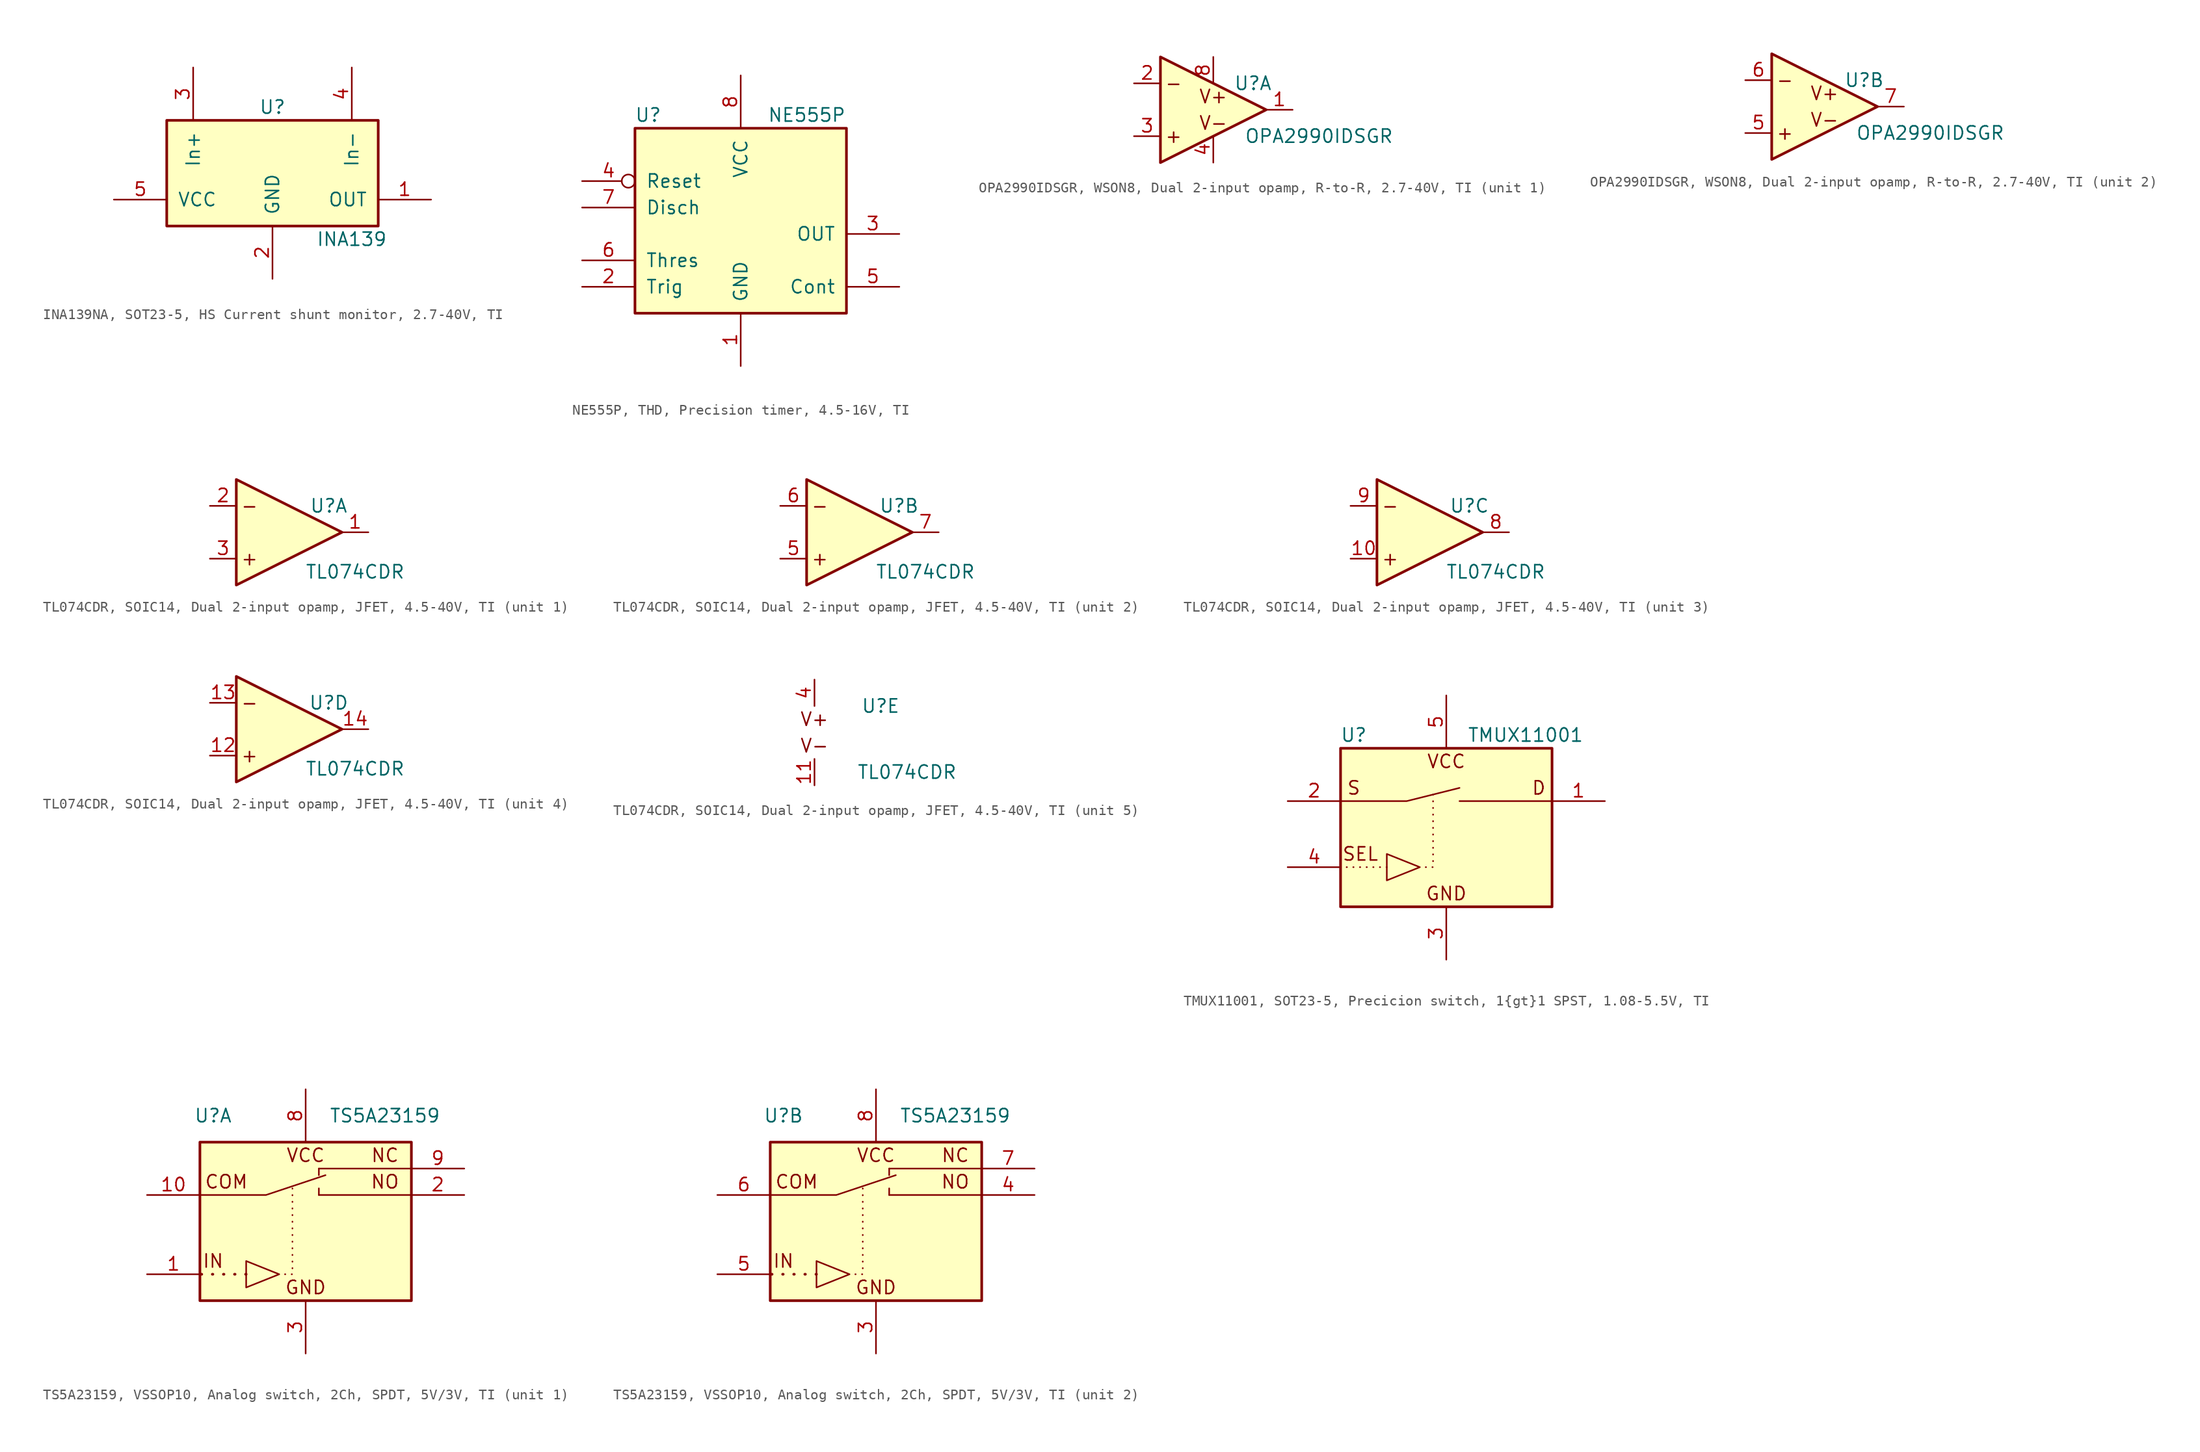
<source format=kicad_sym>
(kicad_symbol_lib
  (version 20241209)
  (generator "kicad_symbol_editor")
  (generator_version "9.0")
  (symbol "INA139NA, SOT23-5, HS Current shunt monitor, 2.7-40V, TI"
    (pin_names
      (offset 1.016))
    (property "Reference" "U"
      (at 0 6.35 0)
      (effects (font (size 1.27 1.27))))
    (property "Value" "INA139"
      (at 7.62 -6.35 0)
      (effects (font (size 1.27 1.27))))
    (symbol "INA139NA, SOT23-5, HS Current shunt monitor, 2.7-40V, TI_0_1"
      (rectangle (start -10.16 5.08) (end 10.16 -5.08) (stroke (width 0.254) (type default)) (fill (type background))))
    (symbol "INA139NA, SOT23-5, HS Current shunt monitor, 2.7-40V, TI_1_1"
      (pin power_in line (at -15.24 -2.54 0) (length 5.08) (name "VCC" (effects (font (size 1.27 1.27)))) (number "5" (effects (font (size 1.27 1.27)))))
      (pin passive line (at -7.62 10.16 270) (length 5.08) (name "In+" (effects (font (size 1.27 1.27)))) (number "3" (effects (font (size 1.27 1.27)))))
      (pin passive line (at 0 -10.16 90) (length 5.08) (name "GND" (effects (font (size 1.27 1.27)))) (number "2" (effects (font (size 1.27 1.27)))))
      (pin passive line (at 7.62 10.16 270) (length 5.08) (name "In-" (effects (font (size 1.27 1.27)))) (number "4" (effects (font (size 1.27 1.27)))))
      (pin power_out line (at 15.24 -2.54 180) (length 5.08) (name "OUT" (effects (font (size 1.27 1.27)))) (number "1" (effects (font (size 1.27 1.27)))))))
  (symbol "NE555P, THD, Precision timer, 4.5-16V, TI"
    (pin_names
      (offset 1.016))
    (property "Reference" "U"
      (at -8.89 11.43 0)
      (effects (font (size 1.27 1.27))))
    (property "Value" "NE555P"
      (at 6.35 11.43 0)
      (effects (font (size 1.27 1.27))))
    (symbol "NE555P, THD, Precision timer, 4.5-16V, TI_0_1"
      (rectangle (start -10.16 10.16) (end 10.16 -7.62) (stroke (width 0.254) (type default)) (fill (type background))))
    (symbol "NE555P, THD, Precision timer, 4.5-16V, TI_1_1"
      (pin input inverted (at -15.24 5.08 0) (length 5.08) (name "Reset" (effects (font (size 1.27 1.27)))) (number "4" (effects (font (size 1.27 1.27)))))
      (pin output line (at -15.24 2.54 0) (length 5.08) (name "Disch" (effects (font (size 1.27 1.27)))) (number "7" (effects (font (size 1.27 1.27)))))
      (pin input line (at -15.24 -2.54 0) (length 5.08) (name "Thres" (effects (font (size 1.27 1.27)))) (number "6" (effects (font (size 1.27 1.27)))))
      (pin input line (at -15.24 -5.08 0) (length 5.08) (name "Trig" (effects (font (size 1.27 1.27)))) (number "2" (effects (font (size 1.27 1.27)))))
      (pin power_in line (at 0 15.24 270) (length 5.08) (name "VCC" (effects (font (size 1.27 1.27)))) (number "8" (effects (font (size 1.27 1.27)))))
      (pin power_in line (at 0 -12.7 90) (length 5.08) (name "GND" (effects (font (size 1.27 1.27)))) (number "1" (effects (font (size 1.27 1.27)))))
      (pin output line (at 15.24 0 180) (length 5.08) (name "OUT" (effects (font (size 1.27 1.27)))) (number "3" (effects (font (size 1.27 1.27)))))
      (pin bidirectional line (at 15.24 -5.08 180) (length 5.08) (name "Cont" (effects (font (size 1.27 1.27)))) (number "5" (effects (font (size 1.27 1.27)))))))
  (symbol "OPA2990IDSGR, WSON8, Dual 2-input opamp, R-to-R, 2.7-40V, TI"
    (pin_names
      (offset 1.016)
      (hide yes))
    (property "Reference" "U"
      (at 6.35 2.54 0)
      (effects (font (size 1.27 1.27))))
    (property "Value" "OPA2990IDSGR"
      (at 12.7 -2.54 0)
      (effects (font (size 1.27 1.27))))
    (symbol "OPA2990IDSGR, WSON8, Dual 2-input opamp, R-to-R, 2.7-40V, TI_1_1"
      (polyline (pts (xy -2.54 5.08) (xy -2.54 -5.08) (xy 7.62 0) (xy -2.54 5.08)) (stroke (width 0.254) (type default)) (fill (type background)))
      (text "-" (at -1.27 2.54 0) (effects (font (size 1.27 1.27))))
      (text "+" (at -1.27 -2.54 0) (effects (font (size 1.27 1.27))))
      (text "V+" (at 2.54 1.27 0) (effects (font (size 1.27 1.27))))
      (text "V-" (at 2.54 -1.27 0) (effects (font (size 1.27 1.27))))
      (pin input line (at -5.08 2.54 0) (length 2.54) (name "IN-" (effects (font (size 1.27 1.27)))) (number "2" (effects (font (size 1.27 1.27)))))
      (pin input line (at -5.08 -2.54 0) (length 2.54) (name "IN+" (effects (font (size 1.27 1.27)))) (number "3" (effects (font (size 1.27 1.27)))))
      (pin power_in line (at 2.54 5.08 270) (length 2.54) (name "V+" (effects (font (size 1.27 1.27)))) (number "8" (effects (font (size 1.27 1.27)))))
      (pin power_in line (at 2.54 -5.08 90) (length 2.54) (name "V-" (effects (font (size 1.27 1.27)))) (number "4" (effects (font (size 1.27 1.27)))))
      (pin output line (at 10.16 0 180) (length 2.54) (name "OUT" (effects (font (size 1.27 1.27)))) (number "1" (effects (font (size 1.27 1.27))))))
    (symbol "OPA2990IDSGR, WSON8, Dual 2-input opamp, R-to-R, 2.7-40V, TI_2_1"
      (polyline (pts (xy -2.54 5.08) (xy -2.54 -5.08) (xy 7.62 0) (xy -2.54 5.08)) (stroke (width 0.254) (type default)) (fill (type background)))
      (text "-" (at -1.27 2.54 0) (effects (font (size 1.27 1.27))))
      (text "+" (at -1.27 -2.54 0) (effects (font (size 1.27 1.27))))
      (text "V+" (at 2.54 1.27 0) (effects (font (size 1.27 1.27))))
      (text "V-" (at 2.54 -1.27 0) (effects (font (size 1.27 1.27))))
      (pin input line (at -5.08 2.54 0) (length 2.54) (name "IN-" (effects (font (size 1.27 1.27)))) (number "6" (effects (font (size 1.27 1.27)))))
      (pin input line (at -5.08 -2.54 0) (length 2.54) (name "IN+" (effects (font (size 1.27 1.27)))) (number "5" (effects (font (size 1.27 1.27)))))
      (pin output line (at 10.16 0 180) (length 2.54) (name "OUT" (effects (font (size 1.27 1.27)))) (number "7" (effects (font (size 1.27 1.27)))))))
  (symbol "TL074CDR, SOIC14, Dual 2-input opamp, JFET, 4.5-40V, TI"
    (pin_names
      (offset 1.016)
      (hide yes))
    (property "Reference" "U"
      (at 6.35 2.54 0)
      (effects (font (size 1.27 1.27))))
    (property "Value" "TL074CDR"
      (at 8.89 -3.81 0)
      (effects (font (size 1.27 1.27))))
    (symbol "TL074CDR, SOIC14, Dual 2-input opamp, JFET, 4.5-40V, TI_1_1"
      (polyline (pts (xy -2.54 5.08) (xy -2.54 -5.08) (xy 7.62 0) (xy -2.54 5.08)) (stroke (width 0.254) (type default)) (fill (type background)))
      (text "-" (at -1.27 2.54 0) (effects (font (size 1.27 1.27))))
      (text "+" (at -1.27 -2.54 0) (effects (font (size 1.27 1.27))))
      (pin input line (at -5.08 2.54 0) (length 2.54) (name "IN-" (effects (font (size 1.27 1.27)))) (number "2" (effects (font (size 1.27 1.27)))))
      (pin input line (at -5.08 -2.54 0) (length 2.54) (name "IN+" (effects (font (size 1.27 1.27)))) (number "3" (effects (font (size 1.27 1.27)))))
      (pin output line (at 10.16 0 180) (length 2.54) (name "OUT" (effects (font (size 1.27 1.27)))) (number "1" (effects (font (size 1.27 1.27))))))
    (symbol "TL074CDR, SOIC14, Dual 2-input opamp, JFET, 4.5-40V, TI_2_1"
      (polyline (pts (xy -2.54 5.08) (xy -2.54 -5.08) (xy 7.62 0) (xy -2.54 5.08)) (stroke (width 0.254) (type default)) (fill (type background)))
      (text "-" (at -1.27 2.54 0) (effects (font (size 1.27 1.27))))
      (text "+" (at -1.27 -2.54 0) (effects (font (size 1.27 1.27))))
      (pin input line (at -5.08 2.54 0) (length 2.54) (name "IN-" (effects (font (size 1.27 1.27)))) (number "6" (effects (font (size 1.27 1.27)))))
      (pin input line (at -5.08 -2.54 0) (length 2.54) (name "IN+" (effects (font (size 1.27 1.27)))) (number "5" (effects (font (size 1.27 1.27)))))
      (pin output line (at 10.16 0 180) (length 2.54) (name "OUT" (effects (font (size 1.27 1.27)))) (number "7" (effects (font (size 1.27 1.27))))))
    (symbol "TL074CDR, SOIC14, Dual 2-input opamp, JFET, 4.5-40V, TI_3_1"
      (polyline (pts (xy -2.54 5.08) (xy -2.54 -5.08) (xy 7.62 0) (xy -2.54 5.08)) (stroke (width 0.254) (type default)) (fill (type background)))
      (text "-" (at -1.27 2.54 0) (effects (font (size 1.27 1.27))))
      (text "+" (at -1.27 -2.54 0) (effects (font (size 1.27 1.27))))
      (pin input line (at -5.08 2.54 0) (length 2.54) (name "IN-" (effects (font (size 1.27 1.27)))) (number "9" (effects (font (size 1.27 1.27)))))
      (pin input line (at -5.08 -2.54 0) (length 2.54) (name "IN+" (effects (font (size 1.27 1.27)))) (number "10" (effects (font (size 1.27 1.27)))))
      (pin output line (at 10.16 0 180) (length 2.54) (name "OUT" (effects (font (size 1.27 1.27)))) (number "8" (effects (font (size 1.27 1.27))))))
    (symbol "TL074CDR, SOIC14, Dual 2-input opamp, JFET, 4.5-40V, TI_4_1"
      (polyline (pts (xy -2.54 5.08) (xy -2.54 -5.08) (xy 7.62 0) (xy -2.54 5.08)) (stroke (width 0.254) (type default)) (fill (type background)))
      (text "-" (at -1.27 2.54 0) (effects (font (size 1.27 1.27))))
      (text "+" (at -1.27 -2.54 0) (effects (font (size 1.27 1.27))))
      (pin input line (at -5.08 2.54 0) (length 2.54) (name "IN-" (effects (font (size 1.27 1.27)))) (number "13" (effects (font (size 1.27 1.27)))))
      (pin input line (at -5.08 -2.54 0) (length 2.54) (name "IN+" (effects (font (size 1.27 1.27)))) (number "12" (effects (font (size 1.27 1.27)))))
      (pin output line (at 10.16 0 180) (length 2.54) (name "OUT" (effects (font (size 1.27 1.27)))) (number "14" (effects (font (size 1.27 1.27))))))
    (symbol "TL074CDR, SOIC14, Dual 2-input opamp, JFET, 4.5-40V, TI_5_1"
      (text "V+" (at 0 1.27 0) (effects (font (size 1.27 1.27))))
      (text "V-" (at 0 -1.27 0) (effects (font (size 1.27 1.27))))
      (pin power_in line (at 0 5.08 270) (length 2.54) (name "V+" (effects (font (size 1.27 1.27)))) (number "4" (effects (font (size 1.27 1.27)))))
      (pin power_in line (at 0 -5.08 90) (length 2.54) (name "V-" (effects (font (size 1.27 1.27)))) (number "11" (effects (font (size 1.27 1.27)))))))
  (symbol "TMUX11001, SOT23-5, Precicion switch, 1{gt}1 SPST, 1.08-5.5V, TI"
    (pin_names
      (offset 1.016)
      (hide yes))
    (property "Reference" "U"
      (at -8.89 8.89 0)
      (effects (font (size 1.27 1.27))))
    (property "Value" "TMUX11001"
      (at 7.62 8.89 0)
      (effects (font (size 1.27 1.27))))
    (symbol "TMUX11001, SOT23-5, Precicion switch, 1{gt}1 SPST, 1.08-5.5V, TI_0_1"
      (rectangle (start -10.16 7.62) (end 10.16 -7.62) (stroke (width 0.254) (type default)) (fill (type background)))
      (polyline (pts (xy -10.16 2.54) (xy -3.81 2.54) (xy 1.27 3.81)) (stroke (width 0.152) (type default)) (fill (type none)))
      (polyline (pts (xy 1.27 2.54) (xy 10.16 2.54)) (stroke (width 0.152) (type default)) (fill (type none))))
    (symbol "TMUX11001, SOT23-5, Precicion switch, 1{gt}1 SPST, 1.08-5.5V, TI_1_1"
      (polyline (pts (xy -5.715 -3.81) (xy -10.16 -3.81)) (stroke (width 0.152) (type dot)) (fill (type none)))
      (polyline (pts (xy -2.54 -3.81) (xy -5.715 -2.54) (xy -5.715 -5.08) (xy -2.54 -3.81)) (stroke (width 0.152) (type default)) (fill (type none)))
      (polyline (pts (xy -1.27 3.175) (xy -1.27 -3.81) (xy -2.54 -3.81)) (stroke (width 0.152) (type dot)) (fill (type none)))
      (text "S" (at -8.89 3.81 0) (effects (font (size 1.27 1.27))))
      (text "SEL" (at -8.255 -2.54 0) (effects (font (size 1.27 1.27))))
      (text "VCC" (at 0 6.35 0) (effects (font (size 1.27 1.27))))
      (text "GND" (at 0 -6.35 0) (effects (font (size 1.27 1.27))))
      (text "D" (at 8.89 3.81 0) (effects (font (size 1.27 1.27))))
      (pin passive line (at -15.24 2.54 0) (length 5.08) (name "S" (effects (font (size 1.27 1.27)))) (number "2" (effects (font (size 1.27 1.27)))))
      (pin passive line (at -15.24 -3.81 0) (length 5.08) (name "SEL" (effects (font (size 1.27 1.27)))) (number "4" (effects (font (size 1.27 1.27)))))
      (pin power_in line (at 0 12.7 270) (length 5.08) (name "VCC" (effects (font (size 1.27 1.27)))) (number "5" (effects (font (size 1.27 1.27)))))
      (pin passive line (at 0 -12.7 90) (length 5.08) (name "GND" (effects (font (size 1.27 1.27)))) (number "3" (effects (font (size 1.27 1.27)))))
      (pin passive line (at 15.24 2.54 180) (length 5.08) (name "D" (effects (font (size 1.27 1.27)))) (number "1" (effects (font (size 1.27 1.27)))))))
  (symbol "TS5A23159, VSSOP10, Analog switch, 2Ch, SPDT, 5V/3V, TI"
    (pin_names
      (offset 1.016)
      (hide yes))
    (property "Reference" "U"
      (at -8.89 10.16 0)
      (effects (font (size 1.27 1.27))))
    (property "Value" "TS5A23159"
      (at 7.62 10.16 0)
      (effects (font (size 1.27 1.27))))
    (symbol "TS5A23159, VSSOP10, Analog switch, 2Ch, SPDT, 5V/3V, TI_0_1"
      (rectangle (start -10.16 7.62) (end 10.16 -7.62) (stroke (width 0.254) (type default)) (fill (type background)))
      (polyline (pts (xy -10.16 2.54) (xy -3.81 2.54) (xy 1.905 4.445)) (stroke (width 0.152) (type default)) (fill (type none)))
      (polyline (pts (xy 1.27 5.08) (xy 1.27 4.445)) (stroke (width 0.152) (type default)) (fill (type none)))
      (polyline (pts (xy 1.27 5.08) (xy 10.16 5.08)) (stroke (width 0.152) (type default)) (fill (type none)))
      (polyline (pts (xy 1.27 3.175) (xy 1.27 2.54)) (stroke (width 0.152) (type default)) (fill (type none)))
      (polyline (pts (xy 1.27 2.54) (xy 10.16 2.54)) (stroke (width 0.152) (type default)) (fill (type none))))
    (symbol "TS5A23159, VSSOP10, Analog switch, 2Ch, SPDT, 5V/3V, TI_1_1"
      (polyline (pts (xy -5.715 -5.08) (xy -10.16 -5.08)) (stroke (width 0.254) (type dot)) (fill (type none)))
      (polyline (pts (xy -2.54 -5.08) (xy -5.715 -3.81) (xy -5.715 -6.35) (xy -2.54 -5.08)) (stroke (width 0.152) (type default)) (fill (type none)))
      (polyline (pts (xy -1.27 3.175) (xy -1.27 -5.08) (xy -2.54 -5.08)) (stroke (width 0.152) (type dot)) (fill (type none)))
      (text "IN" (at -8.89 -3.81 0) (effects (font (size 1.27 1.27))))
      (text "COM" (at -7.62 3.81 0) (effects (font (size 1.27 1.27))))
      (text "VCC" (at 0 6.35 0) (effects (font (size 1.27 1.27))))
      (text "GND" (at 0 -6.35 0) (effects (font (size 1.27 1.27))))
      (text "NC" (at 7.62 6.35 0) (effects (font (size 1.27 1.27))))
      (text "NO" (at 7.62 3.81 0) (effects (font (size 1.27 1.27))))
      (pin passive line (at -15.24 2.54 0) (length 5.08) (name "COM1" (effects (font (size 1.27 1.27)))) (number "10" (effects (font (size 1.27 1.27)))))
      (pin passive line (at -15.24 -5.08 0) (length 5.08) (name "IN1" (effects (font (size 1.27 1.27)))) (number "1" (effects (font (size 1.27 1.27)))))
      (pin power_in line (at 0 12.7 270) (length 5.08) (name "VCC" (effects (font (size 1.27 1.27)))) (number "8" (effects (font (size 1.27 1.27)))))
      (pin passive line (at 0 -12.7 90) (length 5.08) (name "GND" (effects (font (size 1.27 1.27)))) (number "3" (effects (font (size 1.27 1.27)))))
      (pin passive line (at 15.24 5.08 180) (length 5.08) (name "NC1" (effects (font (size 1.27 1.27)))) (number "9" (effects (font (size 1.27 1.27)))))
      (pin passive line (at 15.24 2.54 180) (length 5.08) (name "NO1" (effects (font (size 1.27 1.27)))) (number "2" (effects (font (size 1.27 1.27))))))
    (symbol "TS5A23159, VSSOP10, Analog switch, 2Ch, SPDT, 5V/3V, TI_2_1"
      (polyline (pts (xy -5.715 -5.08) (xy -10.16 -5.08)) (stroke (width 0.254) (type dot)) (fill (type none)))
      (polyline (pts (xy -2.54 -5.08) (xy -5.715 -3.81) (xy -5.715 -6.35) (xy -2.54 -5.08)) (stroke (width 0.152) (type default)) (fill (type none)))
      (polyline (pts (xy -1.27 3.175) (xy -1.27 -5.08) (xy -2.54 -5.08)) (stroke (width 0.152) (type dot)) (fill (type none)))
      (text "IN" (at -8.89 -3.81 0) (effects (font (size 1.27 1.27))))
      (text "COM" (at -7.62 3.81 0) (effects (font (size 1.27 1.27))))
      (text "VCC" (at 0 6.35 0) (effects (font (size 1.27 1.27))))
      (text "GND" (at 0 -6.35 0) (effects (font (size 1.27 1.27))))
      (text "NC" (at 7.62 6.35 0) (effects (font (size 1.27 1.27))))
      (text "NO" (at 7.62 3.81 0) (effects (font (size 1.27 1.27))))
      (pin passive line (at -15.24 2.54 0) (length 5.08) (name "COM2" (effects (font (size 1.27 1.27)))) (number "6" (effects (font (size 1.27 1.27)))))
      (pin passive line (at -15.24 -5.08 0) (length 5.08) (name "IN2" (effects (font (size 1.27 1.27)))) (number "5" (effects (font (size 1.27 1.27)))))
      (pin power_in line (at 0 12.7 270) (length 5.08) (name "VCC" (effects (font (size 1.27 1.27)))) (number "8" (effects (font (size 1.27 1.27)))))
      (pin passive line (at 0 -12.7 90) (length 5.08) (name "GND" (effects (font (size 1.27 1.27)))) (number "3" (effects (font (size 1.27 1.27)))))
      (pin passive line (at 15.24 5.08 180) (length 5.08) (name "NC2" (effects (font (size 1.27 1.27)))) (number "7" (effects (font (size 1.27 1.27)))))
      (pin passive line (at 15.24 2.54 180) (length 5.08) (name "NO2" (effects (font (size 1.27 1.27)))) (number "4" (effects (font (size 1.27 1.27))))))))
</source>
